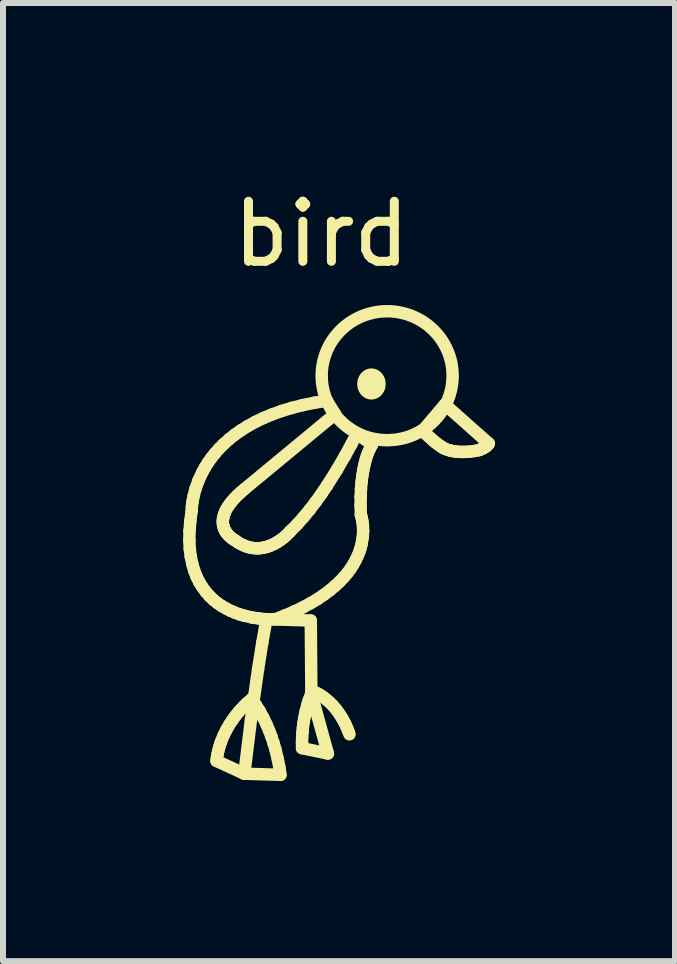
<source format=kicad_pcb>
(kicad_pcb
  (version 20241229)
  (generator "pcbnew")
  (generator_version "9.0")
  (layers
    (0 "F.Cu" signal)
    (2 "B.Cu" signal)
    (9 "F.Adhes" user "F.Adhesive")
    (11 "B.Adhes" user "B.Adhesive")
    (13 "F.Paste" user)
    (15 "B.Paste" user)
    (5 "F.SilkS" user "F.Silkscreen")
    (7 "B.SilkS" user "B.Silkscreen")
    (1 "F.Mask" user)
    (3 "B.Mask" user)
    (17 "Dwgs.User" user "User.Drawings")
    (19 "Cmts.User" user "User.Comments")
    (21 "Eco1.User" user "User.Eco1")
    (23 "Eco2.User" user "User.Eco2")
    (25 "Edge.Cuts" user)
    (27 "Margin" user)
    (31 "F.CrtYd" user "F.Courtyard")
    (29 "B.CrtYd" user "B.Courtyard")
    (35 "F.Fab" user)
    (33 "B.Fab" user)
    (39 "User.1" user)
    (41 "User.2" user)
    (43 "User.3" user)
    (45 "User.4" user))
  (footprint "bird"
    (layer "F.Cu")
    (at 2.304 1.348)
    (property "Reference" "bird" (at 0 -0.5 0) (unlocked yes) (layer "F.SilkS") (effects (font (size 1 1) (thickness 0.15))))
    (fp_line (start -2.2 4.6) (end -2.193 4.742) (stroke (width 0.207) (type solid)) (layer "F.SilkS"))
    (fp_line (start -2.197 4.447) (end -2.2 4.6) (stroke (width 0.207) (type solid)) (layer "F.SilkS"))
    (fp_line (start -2.193 4.742) (end -2.176 4.874) (stroke (width 0.207) (type solid)) (layer "F.SilkS"))
    (fp_line (start -2.184 4.283) (end -2.197 4.447) (stroke (width 0.207) (type solid)) (layer "F.SilkS"))
    (fp_line (start -2.176 4.874) (end -2.151 4.995) (stroke (width 0.207) (type solid)) (layer "F.SilkS"))
    (fp_line (start -2.16 4.106) (end -2.184 4.283) (stroke (width 0.207) (type solid)) (layer "F.SilkS"))
    (fp_line (start -2.157 4.041) (end -2.16 4.106) (stroke (width 0.207) (type solid)) (layer "F.SilkS"))
    (fp_line (start -2.151 4.995) (end -2.119 5.107) (stroke (width 0.207) (type solid)) (layer "F.SilkS"))
    (fp_line (start -2.148 3.965) (end -2.157 4.041) (stroke (width 0.207) (type solid)) (layer "F.SilkS"))
    (fp_line (start -2.129 3.866) (end -2.148 3.965) (stroke (width 0.207) (type solid)) (layer "F.SilkS"))
    (fp_line (start -2.119 5.107) (end -2.079 5.209) (stroke (width 0.207) (type solid)) (layer "F.SilkS"))
    (fp_line (start -2.098 3.747) (end -2.129 3.866) (stroke (width 0.207) (type solid)) (layer "F.SilkS"))
    (fp_line (start -2.079 5.209) (end -2.033 5.302) (stroke (width 0.207) (type solid)) (layer "F.SilkS"))
    (fp_line (start -2.05 3.612) (end -2.098 3.747) (stroke (width 0.207) (type solid)) (layer "F.SilkS"))
    (fp_line (start -2.033 5.302) (end -1.98 5.387) (stroke (width 0.207) (type solid)) (layer "F.SilkS"))
    (fp_line (start -1.982 3.466) (end -2.05 3.612) (stroke (width 0.207) (type solid)) (layer "F.SilkS"))
    (fp_line (start -1.98 5.387) (end -1.923 5.464) (stroke (width 0.207) (type solid)) (layer "F.SilkS"))
    (fp_line (start -1.94 3.39) (end -1.982 3.466) (stroke (width 0.207) (type solid)) (layer "F.SilkS"))
    (fp_line (start -1.923 5.464) (end -1.862 5.533) (stroke (width 0.207) (type solid)) (layer "F.SilkS"))
    (fp_line (start -1.891 3.312) (end -1.94 3.39) (stroke (width 0.207) (type solid)) (layer "F.SilkS"))
    (fp_line (start -1.862 5.533) (end -1.797 5.595) (stroke (width 0.207) (type solid)) (layer "F.SilkS"))
    (fp_line (start -1.836 3.233) (end -1.891 3.312) (stroke (width 0.207) (type solid)) (layer "F.SilkS"))
    (fp_line (start -1.797 5.595) (end -1.728 5.65) (stroke (width 0.207) (type solid)) (layer "F.SilkS"))
    (fp_line (start -1.773 3.154) (end -1.836 3.233) (stroke (width 0.207) (type solid)) (layer "F.SilkS"))
    (fp_line (start -1.747 8.278) (end -1.74 8.219) (stroke (width 0.207) (type solid)) (layer "F.SilkS"))
    (fp_line (start -1.74 8.219) (end -1.729 8.161) (stroke (width 0.207) (type solid)) (layer "F.SilkS"))
    (fp_line (start -1.729 8.161) (end -1.717 8.105) (stroke (width 0.207) (type solid)) (layer "F.SilkS"))
    (fp_line (start -1.728 5.65) (end -1.658 5.698) (stroke (width 0.207) (type solid)) (layer "F.SilkS"))
    (fp_line (start -1.717 8.105) (end -1.702 8.05) (stroke (width 0.207) (type solid)) (layer "F.SilkS"))
    (fp_line (start -1.703 3.075) (end -1.773 3.154) (stroke (width 0.207) (type solid)) (layer "F.SilkS"))
    (fp_line (start -1.702 8.05) (end -1.686 7.997) (stroke (width 0.207) (type solid)) (layer "F.SilkS"))
    (fp_line (start -1.686 7.997) (end -1.668 7.946) (stroke (width 0.207) (type solid)) (layer "F.SilkS"))
    (fp_line (start -1.668 7.946) (end -1.627 7.848) (stroke (width 0.207) (type solid)) (layer "F.SilkS"))
    (fp_line (start -1.658 5.698) (end -1.585 5.74) (stroke (width 0.207) (type solid)) (layer "F.SilkS"))
    (fp_line (start -1.642 4.276) (end -1.642 4.308) (stroke (width 0.207) (type solid)) (layer "F.SilkS"))
    (fp_line (start -1.642 4.308) (end -1.639 4.339) (stroke (width 0.207) (type solid)) (layer "F.SilkS"))
    (fp_line (start -1.639 4.339) (end -1.633 4.368) (stroke (width 0.207) (type solid)) (layer "F.SilkS"))
    (fp_line (start -1.639 4.242) (end -1.642 4.276) (stroke (width 0.207) (type solid)) (layer "F.SilkS"))
    (fp_line (start -1.633 4.368) (end -1.625 4.395) (stroke (width 0.207) (type solid)) (layer "F.SilkS"))
    (fp_line (start -1.631 4.206) (end -1.639 4.242) (stroke (width 0.207) (type solid)) (layer "F.SilkS"))
    (fp_line (start -1.627 7.848) (end -1.581 7.756) (stroke (width 0.207) (type solid)) (layer "F.SilkS"))
    (fp_line (start -1.625 2.997) (end -1.703 3.075) (stroke (width 0.207) (type solid)) (layer "F.SilkS"))
    (fp_line (start -1.625 4.395) (end -1.615 4.42) (stroke (width 0.207) (type solid)) (layer "F.SilkS"))
    (fp_line (start -1.62 4.168) (end -1.631 4.206) (stroke (width 0.207) (type solid)) (layer "F.SilkS"))
    (fp_line (start -1.615 4.42) (end -1.603 4.444) (stroke (width 0.207) (type solid)) (layer "F.SilkS"))
    (fp_line (start -1.605 4.129) (end -1.62 4.168) (stroke (width 0.207) (type solid)) (layer "F.SilkS"))
    (fp_line (start -1.603 4.444) (end -1.589 4.466) (stroke (width 0.207) (type solid)) (layer "F.SilkS"))
    (fp_line (start -1.589 4.466) (end -1.575 4.487) (stroke (width 0.207) (type solid)) (layer "F.SilkS"))
    (fp_line (start -1.585 5.74) (end -1.512 5.777) (stroke (width 0.207) (type solid)) (layer "F.SilkS"))
    (fp_line (start -1.585 4.088) (end -1.605 4.129) (stroke (width 0.207) (type solid)) (layer "F.SilkS"))
    (fp_line (start -1.581 7.756) (end -1.532 7.671) (stroke (width 0.207) (type solid)) (layer "F.SilkS"))
    (fp_line (start -1.575 4.487) (end -1.544 4.523) (stroke (width 0.207) (type solid)) (layer "F.SilkS"))
    (fp_line (start -1.559 4.045) (end -1.585 4.088) (stroke (width 0.207) (type solid)) (layer "F.SilkS"))
    (fp_line (start -1.544 4.523) (end -1.513 4.552) (stroke (width 0.207) (type solid)) (layer "F.SilkS"))
    (fp_line (start -1.539 2.92) (end -1.625 2.997) (stroke (width 0.207) (type solid)) (layer "F.SilkS"))
    (fp_line (start -1.532 7.671) (end -1.481 7.594) (stroke (width 0.207) (type solid)) (layer "F.SilkS"))
    (fp_line (start -1.529 4.001) (end -1.559 4.045) (stroke (width 0.207) (type solid)) (layer "F.SilkS"))
    (fp_line (start -1.513 4.552) (end -1.484 4.574) (stroke (width 0.207) (type solid)) (layer "F.SilkS"))
    (fp_line (start -1.512 5.777) (end -1.439 5.808) (stroke (width 0.207) (type solid)) (layer "F.SilkS"))
    (fp_line (start -1.492 3.954) (end -1.529 4.001) (stroke (width 0.207) (type solid)) (layer "F.SilkS"))
    (fp_line (start -1.484 4.574) (end -1.46 4.591) (stroke (width 0.207) (type solid)) (layer "F.SilkS"))
    (fp_line (start -1.481 7.594) (end -1.43 7.524) (stroke (width 0.207) (type solid)) (layer "F.SilkS"))
    (fp_line (start -1.46 4.591) (end -1.438 4.603) (stroke (width 0.207) (type solid)) (layer "F.SilkS"))
    (fp_line (start -1.45 3.906) (end -1.492 3.954) (stroke (width 0.207) (type solid)) (layer "F.SilkS"))
    (fp_line (start -1.444 2.844) (end -1.539 2.92) (stroke (width 0.207) (type solid)) (layer "F.SilkS"))
    (fp_line (start -1.439 5.808) (end -1.366 5.835) (stroke (width 0.207) (type solid)) (layer "F.SilkS"))
    (fp_line (start -1.438 4.603) (end -1.392 4.636) (stroke (width 0.207) (type solid)) (layer "F.SilkS"))
    (fp_line (start -1.43 7.524) (end -1.379 7.461) (stroke (width 0.207) (type solid)) (layer "F.SilkS"))
    (fp_line (start -1.401 3.856) (end -1.45 3.906) (stroke (width 0.207) (type solid)) (layer "F.SilkS"))
    (fp_line (start -1.392 4.636) (end -1.346 4.663) (stroke (width 0.207) (type solid)) (layer "F.SilkS"))
    (fp_line (start -1.379 7.461) (end -1.33 7.406) (stroke (width 0.207) (type solid)) (layer "F.SilkS"))
    (fp_line (start -1.366 5.835) (end -1.294 5.856) (stroke (width 0.207) (type solid)) (layer "F.SilkS"))
    (fp_line (start -1.346 3.805) (end -1.401 3.856) (stroke (width 0.207) (type solid)) (layer "F.SilkS"))
    (fp_line (start -1.346 4.663) (end -1.3 4.685) (stroke (width 0.207) (type solid)) (layer "F.SilkS"))
    (fp_line (start -1.339 2.77) (end -1.444 2.844) (stroke (width 0.207) (type solid)) (layer "F.SilkS"))
    (fp_line (start -1.33 7.406) (end -1.285 7.359) (stroke (width 0.207) (type solid)) (layer "F.SilkS"))
    (fp_line (start -1.3 4.685) (end -1.255 4.703) (stroke (width 0.207) (type solid)) (layer "F.SilkS"))
    (fp_line (start -1.294 5.856) (end -1.156 5.888) (stroke (width 0.207) (type solid)) (layer "F.SilkS"))
    (fp_line (start -1.285 7.359) (end -1.245 7.319) (stroke (width 0.207) (type solid)) (layer "F.SilkS"))
    (fp_line (start -1.284 3.751) (end -1.346 3.805) (stroke (width 0.207) (type solid)) (layer "F.SilkS"))
    (fp_line (start -1.284 8.491) (end -1.747 8.278) (stroke (width 0.207) (type default)) (layer "F.SilkS"))
    (fp_line (start -1.255 4.703) (end -1.211 4.717) (stroke (width 0.207) (type solid)) (layer "F.SilkS"))
    (fp_line (start -1.245 7.319) (end -1.163 7.248) (stroke (width 0.207) (type solid)) (layer "F.SilkS"))
    (fp_line (start -1.225 2.699) (end -1.339 2.77) (stroke (width 0.207) (type solid)) (layer "F.SilkS"))
    (fp_line (start -1.211 4.717) (end -1.168 4.727) (stroke (width 0.207) (type solid)) (layer "F.SilkS"))
    (fp_line (start -1.174 7.595) (end -1.284 8.491) (stroke (width 0.207) (type solid)) (layer "F.SilkS"))
    (fp_line (start -1.168 4.727) (end -1.125 4.733) (stroke (width 0.207) (type solid)) (layer "F.SilkS"))
    (fp_line (start -1.163 7.248) (end -1.09 7.35) (stroke (width 0.207) (type solid)) (layer "F.SilkS"))
    (fp_line (start -1.156 5.888) (end -1.031 5.907) (stroke (width 0.207) (type solid)) (layer "F.SilkS"))
    (fp_line (start -1.125 4.733) (end -1.083 4.735) (stroke (width 0.207) (type solid)) (layer "F.SilkS"))
    (fp_line (start -1.1 2.63) (end -1.225 2.699) (stroke (width 0.207) (type solid)) (layer "F.SilkS"))
    (fp_line (start -1.09 7.35) (end -1.024 7.455) (stroke (width 0.207) (type solid)) (layer "F.SilkS"))
    (fp_line (start -1.083 4.735) (end -1.042 4.735) (stroke (width 0.207) (type solid)) (layer "F.SilkS"))
    (fp_line (start -1.055 6.75) (end -1.174 7.595) (stroke (width 0.207) (type solid)) (layer "F.SilkS"))
    (fp_line (start -1.042 4.735) (end -1.003 4.731) (stroke (width 0.207) (type solid)) (layer "F.SilkS"))
    (fp_line (start -1.031 5.907) (end -0.916 5.917) (stroke (width 0.207) (type solid)) (layer "F.SilkS"))
    (fp_line (start -1.024 7.455) (end -0.966 7.562) (stroke (width 0.207) (type solid)) (layer "F.SilkS"))
    (fp_line (start -1.003 4.731) (end -0.964 4.725) (stroke (width 0.207) (type solid)) (layer "F.SilkS"))
    (fp_line (start -0.985 6.309) (end -1.055 6.75) (stroke (width 0.207) (type solid)) (layer "F.SilkS"))
    (fp_line (start -0.966 7.562) (end -0.914 7.67) (stroke (width 0.207) (type solid)) (layer "F.SilkS"))
    (fp_line (start -0.965 2.565) (end -1.1 2.63) (stroke (width 0.207) (type solid)) (layer "F.SilkS"))
    (fp_line (start -0.964 4.725) (end -0.926 4.716) (stroke (width 0.207) (type solid)) (layer "F.SilkS"))
    (fp_line (start -0.926 4.716) (end -0.89 4.705) (stroke (width 0.207) (type solid)) (layer "F.SilkS"))
    (fp_line (start -0.924 5.916) (end -0.177 5.939) (stroke (width 0.207) (type solid)) (layer "F.SilkS"))
    (fp_line (start -0.916 5.917) (end -0.985 6.309) (stroke (width 0.207) (type solid)) (layer "F.SilkS"))
    (fp_line (start -0.914 7.67) (end -0.869 7.777) (stroke (width 0.207) (type solid)) (layer "F.SilkS"))
    (fp_line (start -0.89 4.705) (end -0.854 4.693) (stroke (width 0.207) (type solid)) (layer "F.SilkS"))
    (fp_line (start -0.869 7.777) (end -0.83 7.881) (stroke (width 0.207) (type solid)) (layer "F.SilkS"))
    (fp_line (start -0.854 4.693) (end -0.788 4.663) (stroke (width 0.207) (type solid)) (layer "F.SilkS"))
    (fp_line (start -0.841 5.919) (end -0.768 5.917) (stroke (width 0.207) (type solid)) (layer "F.SilkS"))
    (fp_line (start -0.83 7.881) (end -0.797 7.982) (stroke (width 0.207) (type solid)) (layer "F.SilkS"))
    (fp_line (start -0.819 2.505) (end -0.965 2.565) (stroke (width 0.207) (type solid)) (layer "F.SilkS"))
    (fp_line (start -0.797 7.982) (end -0.768 8.078) (stroke (width 0.207) (type solid)) (layer "F.SilkS"))
    (fp_line (start -0.788 4.663) (end -0.727 4.629) (stroke (width 0.207) (type solid)) (layer "F.SilkS"))
    (fp_line (start -0.768 5.917) (end -0.603 5.853) (stroke (width 0.207) (type solid)) (layer "F.SilkS"))
    (fp_line (start -0.768 8.078) (end -0.726 8.25) (stroke (width 0.207) (type solid)) (layer "F.SilkS"))
    (fp_line (start -0.727 4.629) (end -0.673 4.592) (stroke (width 0.207) (type solid)) (layer "F.SilkS"))
    (fp_line (start -0.726 8.25) (end -0.7 8.387) (stroke (width 0.207) (type solid)) (layer "F.SilkS"))
    (fp_line (start -0.7 8.387) (end -0.682 8.509) (stroke (width 0.207) (type solid)) (layer "F.SilkS"))
    (fp_line (start -0.682 8.509) (end -1.284 8.491) (stroke (width 0.207) (type default)) (layer "F.SilkS"))
    (fp_line (start -0.673 4.592) (end -0.626 4.556) (stroke (width 0.207) (type solid)) (layer "F.SilkS"))
    (fp_line (start -0.662 2.448) (end -0.819 2.505) (stroke (width 0.207) (type solid)) (layer "F.SilkS"))
    (fp_line (start -0.626 4.556) (end -0.586 4.521) (stroke (width 0.207) (type solid)) (layer "F.SilkS"))
    (fp_line (start -0.603 5.853) (end -0.451 5.788) (stroke (width 0.207) (type solid)) (layer "F.SilkS"))
    (fp_line (start -0.586 4.521) (end -0.53 4.466) (stroke (width 0.207) (type solid)) (layer "F.SilkS"))
    (fp_line (start -0.53 4.466) (end -0.511 4.444) (stroke (width 0.207) (type solid)) (layer "F.SilkS"))
    (fp_line (start -0.511 4.444) (end -0.403 4.336) (stroke (width 0.207) (type solid)) (layer "F.SilkS"))
    (fp_line (start -0.493 2.397) (end -0.662 2.448) (stroke (width 0.207) (type solid)) (layer "F.SilkS"))
    (fp_line (start -0.451 5.788) (end -0.31 5.72) (stroke (width 0.207) (type solid)) (layer "F.SilkS"))
    (fp_line (start -0.403 4.336) (end -0.298 4.218) (stroke (width 0.207) (type solid)) (layer "F.SilkS"))
    (fp_line (start -0.323 7.973) (end -0.321 7.885) (stroke (width 0.207) (type solid)) (layer "F.SilkS"))
    (fp_line (start -0.322 8.065) (end -0.323 7.973) (stroke (width 0.207) (type solid)) (layer "F.SilkS"))
    (fp_line (start -0.321 7.885) (end -0.315 7.8) (stroke (width 0.207) (type solid)) (layer "F.SilkS"))
    (fp_line (start -0.315 7.8) (end -0.308 7.719) (stroke (width 0.207) (type solid)) (layer "F.SilkS"))
    (fp_line (start -0.311 2.351) (end -0.493 2.397) (stroke (width 0.207) (type solid)) (layer "F.SilkS"))
    (fp_line (start -0.31 5.72) (end -0.182 5.651) (stroke (width 0.207) (type solid)) (layer "F.SilkS"))
    (fp_line (start -0.308 7.719) (end -0.298 7.643) (stroke (width 0.207) (type solid)) (layer "F.SilkS"))
    (fp_line (start -0.298 4.218) (end -0.195 4.093) (stroke (width 0.207) (type solid)) (layer "F.SilkS"))
    (fp_line (start -0.298 7.643) (end -0.286 7.571) (stroke (width 0.207) (type solid)) (layer "F.SilkS"))
    (fp_line (start -0.286 7.571) (end -0.273 7.505) (stroke (width 0.207) (type solid)) (layer "F.SilkS"))
    (fp_line (start -0.273 7.505) (end -0.26 7.444) (stroke (width 0.207) (type solid)) (layer "F.SilkS"))
    (fp_line (start -0.26 7.444) (end -0.232 7.339) (stroke (width 0.207) (type solid)) (layer "F.SilkS"))
    (fp_line (start -0.232 7.339) (end -0.208 7.261) (stroke (width 0.207) (type solid)) (layer "F.SilkS"))
    (fp_line (start -0.208 7.261) (end -0.156 7.116) (stroke (width 0.207) (type solid)) (layer "F.SilkS"))
    (fp_line (start -0.195 4.093) (end -0.095 3.962) (stroke (width 0.207) (type solid)) (layer "F.SilkS"))
    (fp_line (start -0.182 5.651) (end -0.064 5.581) (stroke (width 0.207) (type solid)) (layer "F.SilkS"))
    (fp_line (start -0.177 5.939) (end -0.167 7.16) (stroke (width 0.207) (type solid)) (layer "F.SilkS"))
    (fp_line (start -0.167 7.16) (end 0.108 8.154) (stroke (width 0.207) (type solid)) (layer "F.SilkS"))
    (fp_line (start -0.117 2.311) (end -0.311 2.351) (stroke (width 0.207) (type solid)) (layer "F.SilkS"))
    (fp_line (start -0.115 7.131) (end -0.156 7.116) (stroke (width 0.207) (type solid)) (layer "F.SilkS"))
    (fp_line (start -0.095 3.962) (end 0.000208 3.829) (stroke (width 0.207) (type solid)) (layer "F.SilkS"))
    (fp_line (start -0.068 7.153) (end -0.115 7.131) (stroke (width 0.207) (type solid)) (layer "F.SilkS"))
    (fp_line (start -0.064 5.581) (end 0.043 5.509) (stroke (width 0.207) (type solid)) (layer "F.SilkS"))
    (fp_line (start -0.035 7.171) (end -0.068 7.153) (stroke (width 0.207) (type solid)) (layer "F.SilkS"))
    (fp_line (start 0.000208 3.829) (end 0.091 3.694) (stroke (width 0.207) (type solid)) (layer "F.SilkS"))
    (fp_line (start 0.003 7.194) (end -0.035 7.171) (stroke (width 0.207) (type solid)) (layer "F.SilkS"))
    (fp_line (start 0.043 5.509) (end 0.139 5.437) (stroke (width 0.207) (type solid)) (layer "F.SilkS"))
    (fp_line (start 0.045 7.224) (end 0.003 7.194) (stroke (width 0.207) (type solid)) (layer "F.SilkS"))
    (fp_line (start 0.09 2.278) (end -0.117 2.311) (stroke (width 0.207) (type solid)) (layer "F.SilkS"))
    (fp_line (start 0.09 2.278) (end 0.228 2.5) (stroke (width 0.207) (type default)) (layer "F.SilkS"))
    (fp_line (start 0.09 7.26) (end 0.045 7.224) (stroke (width 0.207) (type solid)) (layer "F.SilkS"))
    (fp_line (start 0.091 3.694) (end 0.256 3.432) (stroke (width 0.207) (type solid)) (layer "F.SilkS"))
    (fp_line (start 0.108 8.154) (end -0.322 8.065) (stroke (width 0.207) (type default)) (layer "F.SilkS"))
    (fp_line (start 0.138 7.302) (end 0.09 7.26) (stroke (width 0.207) (type solid)) (layer "F.SilkS"))
    (fp_line (start 0.139 5.437) (end 0.226 5.364) (stroke (width 0.207) (type solid)) (layer "F.SilkS"))
    (fp_line (start 0.188 7.352) (end 0.138 7.302) (stroke (width 0.207) (type solid)) (layer "F.SilkS"))
    (fp_line (start 0.226 5.364) (end 0.304 5.291) (stroke (width 0.207) (type solid)) (layer "F.SilkS"))
    (fp_line (start 0.228 2.5) (end -1.284 3.751) (stroke (width 0.207) (type solid)) (layer "F.SilkS"))
    (fp_line (start 0.238 7.41) (end 0.188 7.352) (stroke (width 0.207) (type solid)) (layer "F.SilkS"))
    (fp_line (start 0.256 3.432) (end 0.393 3.196) (stroke (width 0.207) (type solid)) (layer "F.SilkS"))
    (fp_line (start 0.287 7.476) (end 0.238 7.41) (stroke (width 0.207) (type solid)) (layer "F.SilkS"))
    (fp_line (start 0.304 5.291) (end 0.373 5.218) (stroke (width 0.207) (type solid)) (layer "F.SilkS"))
    (fp_line (start 0.312 7.513) (end 0.287 7.476) (stroke (width 0.207) (type solid)) (layer "F.SilkS"))
    (fp_line (start 0.336 7.551) (end 0.312 7.513) (stroke (width 0.207) (type solid)) (layer "F.SilkS"))
    (fp_line (start 0.36 7.592) (end 0.336 7.551) (stroke (width 0.207) (type solid)) (layer "F.SilkS"))
    (fp_line (start 0.373 5.218) (end 0.434 5.146) (stroke (width 0.207) (type solid)) (layer "F.SilkS"))
    (fp_line (start 0.383 7.636) (end 0.36 7.592) (stroke (width 0.207) (type solid)) (layer "F.SilkS"))
    (fp_line (start 0.393 3.196) (end 0.498 3.004) (stroke (width 0.207) (type solid)) (layer "F.SilkS"))
    (fp_line (start 0.406 7.681) (end 0.383 7.636) (stroke (width 0.207) (type solid)) (layer "F.SilkS"))
    (fp_line (start 0.428 7.73) (end 0.406 7.681) (stroke (width 0.207) (type solid)) (layer "F.SilkS"))
    (fp_line (start 0.434 5.146) (end 0.487 5.074) (stroke (width 0.207) (type solid)) (layer "F.SilkS"))
    (fp_line (start 0.448 7.781) (end 0.428 7.73) (stroke (width 0.207) (type solid)) (layer "F.SilkS"))
    (fp_line (start 0.468 7.834) (end 0.448 7.781) (stroke (width 0.207) (type solid)) (layer "F.SilkS"))
    (fp_line (start 0.487 5.074) (end 0.532 5.003) (stroke (width 0.207) (type solid)) (layer "F.SilkS"))
    (fp_line (start 0.498 3.004) (end 0.589 2.828) (stroke (width 0.207) (type solid)) (layer "F.SilkS"))
    (fp_line (start 0.532 5.003) (end 0.571 4.933) (stroke (width 0.207) (type solid)) (layer "F.SilkS"))
    (fp_line (start 0.571 4.933) (end 0.604 4.864) (stroke (width 0.207) (type solid)) (layer "F.SilkS"))
    (fp_line (start 0.589 2.828) (end 0.846 3.006) (stroke (width 0.207) (type default)) (layer "F.SilkS"))
    (fp_line (start 0.604 4.864) (end 0.631 4.797) (stroke (width 0.207) (type solid)) (layer "F.SilkS"))
    (fp_line (start 0.631 4.797) (end 0.652 4.733) (stroke (width 0.207) (type solid)) (layer "F.SilkS"))
    (fp_line (start 0.652 4.733) (end 0.668 4.67) (stroke (width 0.207) (type solid)) (layer "F.SilkS"))
    (fp_line (start 0.653 4.021) (end 0.654 3.877) (stroke (width 0.207) (type solid)) (layer "F.SilkS"))
    (fp_line (start 0.654 3.877) (end 0.659 3.746) (stroke (width 0.207) (type solid)) (layer "F.SilkS"))
    (fp_line (start 0.657 4.177) (end 0.653 4.021) (stroke (width 0.207) (type solid)) (layer "F.SilkS"))
    (fp_line (start 0.659 3.746) (end 0.67 3.628) (stroke (width 0.207) (type solid)) (layer "F.SilkS"))
    (fp_line (start 0.668 4.67) (end 0.689 4.552) (stroke (width 0.207) (type solid)) (layer "F.SilkS"))
    (fp_line (start 0.67 3.628) (end 0.683 3.52) (stroke (width 0.207) (type solid)) (layer "F.SilkS"))
    (fp_line (start 0.671 4.225) (end 0.657 4.177) (stroke (width 0.207) (type solid)) (layer "F.SilkS"))
    (fp_line (start 0.682 4.281) (end 0.671 4.225) (stroke (width 0.207) (type solid)) (layer "F.SilkS"))
    (fp_line (start 0.683 3.52) (end 0.699 3.425) (stroke (width 0.207) (type solid)) (layer "F.SilkS"))
    (fp_line (start 0.689 4.552) (end 0.695 4.447) (stroke (width 0.207) (type solid)) (layer "F.SilkS"))
    (fp_line (start 0.692 4.356) (end 0.682 4.281) (stroke (width 0.207) (type solid)) (layer "F.SilkS"))
    (fp_line (start 0.695 4.447) (end 0.692 4.356) (stroke (width 0.207) (type solid)) (layer "F.SilkS"))
    (fp_line (start 0.699 3.425) (end 0.717 3.34) (stroke (width 0.207) (type solid)) (layer "F.SilkS"))
    (fp_line (start 0.717 3.34) (end 0.736 3.266) (stroke (width 0.207) (type solid)) (layer "F.SilkS"))
    (fp_line (start 0.736 3.266) (end 0.756 3.202) (stroke (width 0.207) (type solid)) (layer "F.SilkS"))
    (fp_line (start 0.756 3.202) (end 0.776 3.147) (stroke (width 0.207) (type solid)) (layer "F.SilkS"))
    (fp_line (start 0.776 3.147) (end 0.811 3.067) (stroke (width 0.207) (type solid)) (layer "F.SilkS"))
    (fp_line (start 0.811 3.067) (end 0.846 3.006) (stroke (width 0.207) (type solid)) (layer "F.SilkS"))
    (fp_line (start 1.688 2.775) (end 2.057 2.34) (stroke (width 0.207) (type default)) (layer "F.SilkS"))
    (fp_line (start 1.74 2.828) (end 1.688 2.775) (stroke (width 0.207) (type solid)) (layer "F.SilkS"))
    (fp_line (start 1.776 2.863) (end 1.74 2.828) (stroke (width 0.207) (type solid)) (layer "F.SilkS"))
    (fp_line (start 1.817 2.9) (end 1.776 2.863) (stroke (width 0.207) (type solid)) (layer "F.SilkS"))
    (fp_line (start 1.862 2.94) (end 1.817 2.9) (stroke (width 0.207) (type solid)) (layer "F.SilkS"))
    (fp_line (start 1.887 2.961) (end 1.862 2.94) (stroke (width 0.207) (type solid)) (layer "F.SilkS"))
    (fp_line (start 1.912 2.981) (end 1.887 2.961) (stroke (width 0.207) (type solid)) (layer "F.SilkS"))
    (fp_line (start 1.939 3.001) (end 1.912 2.981) (stroke (width 0.207) (type solid)) (layer "F.SilkS"))
    (fp_line (start 1.966 3.021) (end 1.939 3.001) (stroke (width 0.207) (type solid)) (layer "F.SilkS"))
    (fp_line (start 1.994 3.04) (end 1.966 3.021) (stroke (width 0.207) (type solid)) (layer "F.SilkS"))
    (fp_line (start 2.023 3.059) (end 1.994 3.04) (stroke (width 0.207) (type solid)) (layer "F.SilkS"))
    (fp_line (start 2.031 3.064) (end 2.023 3.059) (stroke (width 0.207) (type solid)) (layer "F.SilkS"))
    (fp_line (start 2.057 2.34) (end 2.787 2.988) (stroke (width 0.207) (type solid)) (layer "F.SilkS"))
    (fp_line (start 2.057 3.077) (end 2.031 3.064) (stroke (width 0.207) (type solid)) (layer "F.SilkS"))
    (fp_line (start 2.101 3.094) (end 2.057 3.077) (stroke (width 0.207) (type solid)) (layer "F.SilkS"))
    (fp_line (start 2.131 3.103) (end 2.101 3.094) (stroke (width 0.207) (type solid)) (layer "F.SilkS"))
    (fp_line (start 2.164 3.111) (end 2.131 3.103) (stroke (width 0.207) (type solid)) (layer "F.SilkS"))
    (fp_line (start 2.203 3.119) (end 2.164 3.111) (stroke (width 0.207) (type solid)) (layer "F.SilkS"))
    (fp_line (start 2.247 3.125) (end 2.203 3.119) (stroke (width 0.207) (type solid)) (layer "F.SilkS"))
    (fp_line (start 2.295 3.129) (end 2.247 3.125) (stroke (width 0.207) (type solid)) (layer "F.SilkS"))
    (fp_line (start 2.349 3.13) (end 2.295 3.129) (stroke (width 0.207) (type solid)) (layer "F.SilkS"))
    (fp_line (start 2.407 3.129) (end 2.349 3.13) (stroke (width 0.207) (type solid)) (layer "F.SilkS"))
    (fp_line (start 2.471 3.125) (end 2.407 3.129) (stroke (width 0.207) (type solid)) (layer "F.SilkS"))
    (fp_line (start 2.541 3.116) (end 2.471 3.125) (stroke (width 0.207) (type solid)) (layer "F.SilkS"))
    (fp_line (start 2.615 3.103) (end 2.541 3.116) (stroke (width 0.207) (type solid)) (layer "F.SilkS"))
    (fp_line (start 2.638 3.095) (end 2.615 3.103) (stroke (width 0.207) (type solid)) (layer "F.SilkS"))
    (fp_line (start 2.662 3.084) (end 2.638 3.095) (stroke (width 0.207) (type solid)) (layer "F.SilkS"))
    (fp_line (start 2.676 3.078) (end 2.662 3.084) (stroke (width 0.207) (type solid)) (layer "F.SilkS"))
    (fp_line (start 2.691 3.07) (end 2.676 3.078) (stroke (width 0.207) (type solid)) (layer "F.SilkS"))
    (fp_line (start 2.706 3.062) (end 2.691 3.07) (stroke (width 0.207) (type solid)) (layer "F.SilkS"))
    (fp_line (start 2.721 3.053) (end 2.706 3.062) (stroke (width 0.207) (type solid)) (layer "F.SilkS"))
    (fp_line (start 2.735 3.044) (end 2.721 3.053) (stroke (width 0.207) (type solid)) (layer "F.SilkS"))
    (fp_line (start 2.749 3.034) (end 2.735 3.044) (stroke (width 0.207) (type solid)) (layer "F.SilkS"))
    (fp_line (start 2.761 3.023) (end 2.749 3.034) (stroke (width 0.207) (type solid)) (layer "F.SilkS"))
    (fp_line (start 2.767 3.017) (end 2.761 3.023) (stroke (width 0.207) (type solid)) (layer "F.SilkS"))
    (fp_line (start 2.772 3.012) (end 2.767 3.017) (stroke (width 0.207) (type solid)) (layer "F.SilkS"))
    (fp_line (start 2.776 3.006) (end 2.772 3.012) (stroke (width 0.207) (type solid)) (layer "F.SilkS"))
    (fp_line (start 2.781 3) (end 2.776 3.006) (stroke (width 0.207) (type solid)) (layer "F.SilkS"))
    (fp_line (start 2.784 2.994) (end 2.781 3) (stroke (width 0.207) (type solid)) (layer "F.SilkS"))
    (fp_line (start 2.787 2.988) (end 2.784 2.994) (stroke (width 0.207) (type solid)) (layer "F.SilkS"))
    (fp_poly (pts (xy 0.839 1.856) (xy 0.846 1.856) (xy 0.852 1.857) (xy 0.858 1.859) (xy 0.864 1.86) (xy 0.869 1.862) (xy 0.875 1.864) (xy 0.88 1.867) (xy 0.886 1.87) (xy 0.891 1.873) (xy 0.896 1.876) (xy 0.901 1.88) (xy 0.906 1.884) (xy 0.91 1.888) (xy 0.915 1.893) (xy 0.919 1.897) (xy 0.923 1.902) (xy 0.927 1.908) (xy 0.93 1.913) (xy 0.934 1.919) (xy 0.937 1.924) (xy 0.94 1.93) (xy 0.942 1.937) (xy 0.945 1.943) (xy 0.947 1.949) (xy 0.949 1.956) (xy 0.95 1.963) (xy 0.952 1.97) (xy 0.953 1.977) (xy 0.954 1.984) (xy 0.954 1.991) (xy 0.954 1.998) (xy 0.954 2.006) (xy 0.954 2.013) (xy 0.953 2.02) (xy 0.952 2.027) (xy 0.95 2.034) (xy 0.949 2.041) (xy 0.947 2.048) (xy 0.945 2.054) (xy 0.942 2.06) (xy 0.94 2.067) (xy 0.937 2.073) (xy 0.934 2.078) (xy 0.93 2.084) (xy 0.927 2.089) (xy 0.923 2.094) (xy 0.919 2.099) (xy 0.915 2.104) (xy 0.91 2.109) (xy 0.906 2.113) (xy 0.901 2.117) (xy 0.896 2.121) (xy 0.891 2.124) (xy 0.886 2.127) (xy 0.88 2.13) (xy 0.875 2.133) (xy 0.869 2.135) (xy 0.864 2.137) (xy 0.858 2.138) (xy 0.852 2.14) (xy 0.846 2.141) (xy 0.839 2.141) (xy 0.833 2.141) (xy 0.827 2.141) (xy 0.821 2.141) (xy 0.815 2.14) (xy 0.809 2.138) (xy 0.803 2.137) (xy 0.797 2.135) (xy 0.792 2.133) (xy 0.786 2.13) (xy 0.781 2.127) (xy 0.776 2.124) (xy 0.771 2.121) (xy 0.766 2.117) (xy 0.761 2.113) (xy 0.756 2.109) (xy 0.752 2.104) (xy 0.748 2.099) (xy 0.744 2.094) (xy 0.74 2.089) (xy 0.736 2.084) (xy 0.733 2.078) (xy 0.73 2.073) (xy 0.727 2.067) (xy 0.724 2.06) (xy 0.722 2.054) (xy 0.72 2.048) (xy 0.718 2.041) (xy 0.716 2.034) (xy 0.715 2.027) (xy 0.714 2.02) (xy 0.713 2.013) (xy 0.712 2.006) (xy 0.712 1.998) (xy 0.712 1.991) (xy 0.713 1.984) (xy 0.714 1.977) (xy 0.715 1.97) (xy 0.716 1.963) (xy 0.718 1.956) (xy 0.72 1.949) (xy 0.722 1.943) (xy 0.724 1.937) (xy 0.727 1.93) (xy 0.73 1.924) (xy 0.733 1.919) (xy 0.736 1.913) (xy 0.74 1.908) (xy 0.744 1.902) (xy 0.748 1.897) (xy 0.752 1.893) (xy 0.756 1.888) (xy 0.761 1.884) (xy 0.766 1.88) (xy 0.771 1.876) (xy 0.776 1.873) (xy 0.781 1.87) (xy 0.786 1.867) (xy 0.792 1.864) (xy 0.797 1.862) (xy 0.803 1.86) (xy 0.809 1.859) (xy 0.815 1.857) (xy 0.821 1.856) (xy 0.827 1.856) (xy 0.833 1.856)) (stroke (width 0.232) (type solid)) (fill yes) (layer "F.SilkS"))
    (fp_poly (pts (xy 1.151 0.788) (xy 1.207 0.792) (xy 1.261 0.799) (xy 1.315 0.809) (xy 1.368 0.821) (xy 1.419 0.835) (xy 1.47 0.852) (xy 1.52 0.871) (xy 1.568 0.893) (xy 1.615 0.917) (xy 1.661 0.942) (xy 1.705 0.97) (xy 1.748 1) (xy 1.789 1.032) (xy 1.828 1.066) (xy 1.866 1.101) (xy 1.902 1.139) (xy 1.937 1.178) (xy 1.969 1.218) (xy 2 1.26) (xy 2.028 1.304) (xy 2.054 1.349) (xy 2.078 1.395) (xy 2.1 1.443) (xy 2.12 1.492) (xy 2.137 1.542) (xy 2.151 1.592) (xy 2.164 1.644) (xy 2.173 1.697) (xy 2.18 1.751) (xy 2.184 1.806) (xy 2.186 1.861) (xy 2.184 1.916) (xy 2.18 1.971) (xy 2.173 2.024) (xy 2.164 2.077) (xy 2.151 2.129) (xy 2.137 2.18) (xy 2.12 2.23) (xy 2.1 2.279) (xy 2.078 2.326) (xy 2.054 2.373) (xy 2.028 2.418) (xy 2 2.461) (xy 1.969 2.503) (xy 1.937 2.544) (xy 1.902 2.583) (xy 1.866 2.62) (xy 1.828 2.656) (xy 1.789 2.69) (xy 1.748 2.721) (xy 1.705 2.751) (xy 1.661 2.779) (xy 1.615 2.805) (xy 1.568 2.829) (xy 1.52 2.85) (xy 1.47 2.87) (xy 1.419 2.887) (xy 1.368 2.901) (xy 1.315 2.913) (xy 1.261 2.922) (xy 1.207 2.929) (xy 1.151 2.933) (xy 1.095 2.935) (xy 1.039 2.933) (xy 0.984 2.929) (xy 0.929 2.922) (xy 0.875 2.913) (xy 0.823 2.901) (xy 0.771 2.887) (xy 0.72 2.87) (xy 0.671 2.85) (xy 0.622 2.829) (xy 0.575 2.805) (xy 0.53 2.779) (xy 0.485 2.751) (xy 0.443 2.721) (xy 0.401 2.69) (xy 0.362 2.656) (xy 0.324 2.62) (xy 0.288 2.583) (xy 0.254 2.544) (xy 0.221 2.503) (xy 0.191 2.461) (xy 0.162 2.418) (xy 0.136 2.373) (xy 0.112 2.326) (xy 0.09 2.279) (xy 0.071 2.23) (xy 0.054 2.18) (xy 0.039 2.129) (xy 0.027 2.077) (xy 0.017 2.024) (xy 0.01 1.971) (xy 0.006 1.916) (xy 0.005 1.861) (xy 0.006 1.806) (xy 0.01 1.751) (xy 0.017 1.697) (xy 0.027 1.644) (xy 0.039 1.592) (xy 0.054 1.542) (xy 0.071 1.492) (xy 0.09 1.443) (xy 0.112 1.395) (xy 0.136 1.349) (xy 0.162 1.304) (xy 0.191 1.26) (xy 0.221 1.218) (xy 0.254 1.178) (xy 0.288 1.139) (xy 0.324 1.101) (xy 0.362 1.066) (xy 0.401 1.032) (xy 0.443 1) (xy 0.485 0.97) (xy 0.53 0.942) (xy 0.575 0.917) (xy 0.622 0.893) (xy 0.671 0.871) (xy 0.72 0.852) (xy 0.771 0.835) (xy 0.823 0.821) (xy 0.875 0.809) (xy 0.929 0.799) (xy 0.984 0.792) (xy 1.039 0.788) (xy 1.095 0.787)) (stroke (width 0.207) (type solid)) (fill no) (layer "F.SilkS")))
  (gr_rect
    (start -3 -3)
    (end 8.194 12.961)
    (stroke (width 0.1) (type default))
    (fill no)
    (layer "Edge.Cuts")))
</source>
